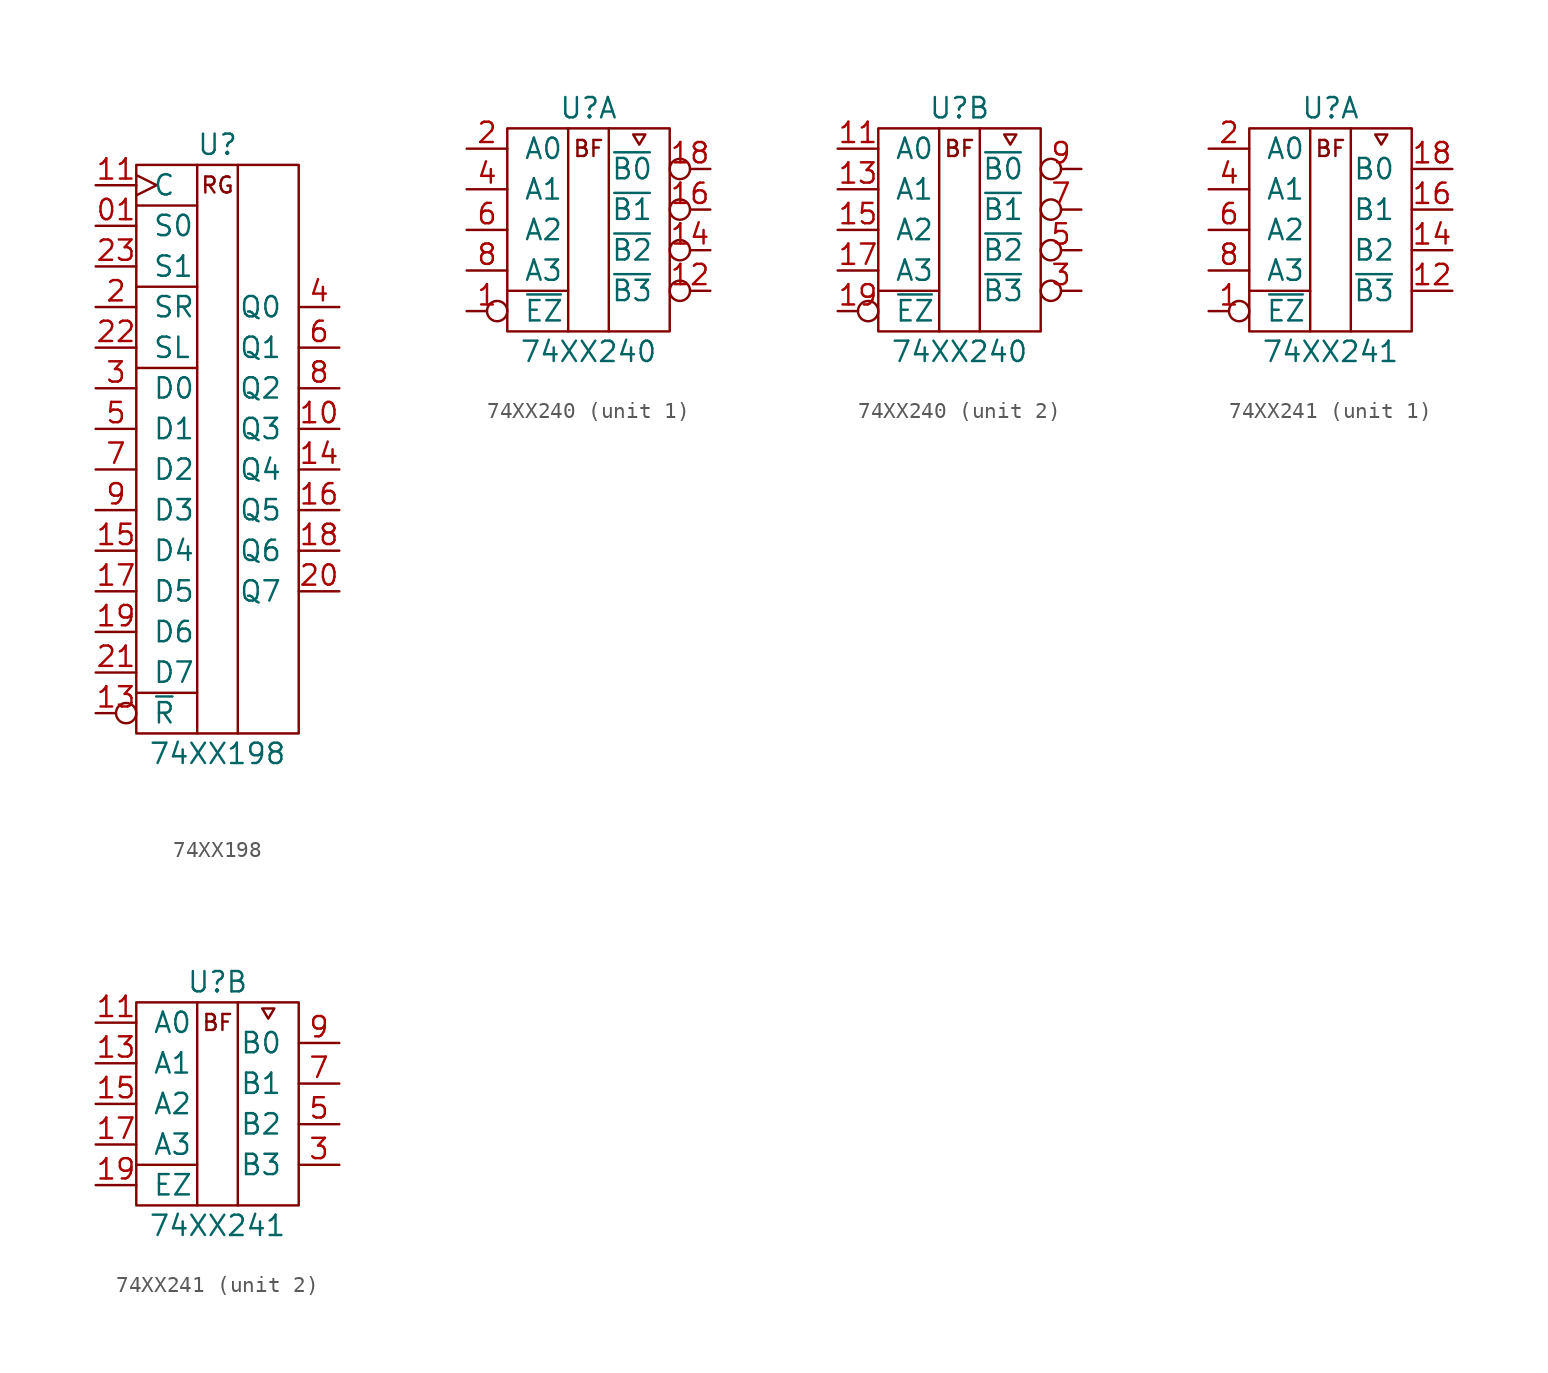
<source format=kicad_sym>
(kicad_symbol_lib
  (version 20211014)
  (generator kicad_symbol_editor)
  (symbol "74XX198"
    (pin_names
      (offset 1.016))
    (property "Reference" "U"
      (at 0 19.05 0)
      (effects (font (size 1.27 1.27))))
    (property "Value" "74XX198"
      (at 0 -19.05 0)
      (effects (font (size 1.27 1.27))))
    (symbol "74XX198_0_0"
      (rectangle (start -5.08 17.78) (end 5.08 -17.78) (stroke (width 0) (type default) (color 0 0 0 0)) (fill (type none)))
      (polyline (pts (xy -5.08 -15.24) (xy -1.27 -15.24)) (stroke (width 0) (type default) (color 0 0 0 0)) (fill (type none)))
      (polyline (pts (xy -5.08 5.08) (xy -1.27 5.08)) (stroke (width 0) (type default) (color 0 0 0 0)) (fill (type none)))
      (polyline (pts (xy -5.08 10.16) (xy -1.27 10.16)) (stroke (width 0) (type default) (color 0 0 0 0)) (fill (type none)))
      (polyline (pts (xy -5.08 15.24) (xy -1.27 15.24)) (stroke (width 0) (type default) (color 0 0 0 0)) (fill (type none)))
      (polyline (pts (xy -1.27 17.78) (xy -1.27 -17.78)) (stroke (width 0) (type default) (color 0 0 0 0)) (fill (type none)))
      (polyline (pts (xy 1.27 -17.78) (xy 1.27 17.78)) (stroke (width 0) (type default) (color 0 0 0 0)) (fill (type none)))
      (text "RG" (at 0 16.51 0) (effects (font (size 1 1)))))
    (symbol "74XX198_1_1"
      (pin input line (at -7.62 13.97 0) (length 2.54) (name "S0" (effects (font (size 1.27 1.27)))) (number "01" (effects (font (size 1.27 1.27)))))
      (pin output line (at 7.62 1.27 180) (length 2.54) (name "Q3" (effects (font (size 1.27 1.27)))) (number "10" (effects (font (size 1.27 1.27)))))
      (pin input clock (at -7.62 16.51 0) (length 2.54) (name "C" (effects (font (size 1.27 1.27)))) (number "11" (effects (font (size 1.27 1.27)))))
      (pin power_in line (at 5.08 -17.78 180) (length 0) hide (name "GND" (effects (font (size 1.27 1.27)))) (number "12" (effects (font (size 1.27 1.27)))))
      (pin input inverted (at -7.62 -16.51 0) (length 2.54) (name "~{R}" (effects (font (size 1.27 1.27)))) (number "13" (effects (font (size 1.27 1.27)))))
      (pin output line (at 7.62 -1.27 180) (length 2.54) (name "Q4" (effects (font (size 1.27 1.27)))) (number "14" (effects (font (size 1.27 1.27)))))
      (pin input line (at -7.62 -6.35 0) (length 2.54) (name "D4" (effects (font (size 1.27 1.27)))) (number "15" (effects (font (size 1.27 1.27)))))
      (pin output line (at 7.62 -3.81 180) (length 2.54) (name "Q5" (effects (font (size 1.27 1.27)))) (number "16" (effects (font (size 1.27 1.27)))))
      (pin input line (at -7.62 -8.89 0) (length 2.54) (name "D5" (effects (font (size 1.27 1.27)))) (number "17" (effects (font (size 1.27 1.27)))))
      (pin output line (at 7.62 -6.35 180) (length 2.54) (name "Q6" (effects (font (size 1.27 1.27)))) (number "18" (effects (font (size 1.27 1.27)))))
      (pin input line (at -7.62 -11.43 0) (length 2.54) (name "D6" (effects (font (size 1.27 1.27)))) (number "19" (effects (font (size 1.27 1.27)))))
      (pin input line (at -7.62 8.89 0) (length 2.54) (name "SR" (effects (font (size 1.27 1.27)))) (number "2" (effects (font (size 1.27 1.27)))))
      (pin output line (at 7.62 -8.89 180) (length 2.54) (name "Q7" (effects (font (size 1.27 1.27)))) (number "20" (effects (font (size 1.27 1.27)))))
      (pin input line (at -7.62 -13.97 0) (length 2.54) (name "D7" (effects (font (size 1.27 1.27)))) (number "21" (effects (font (size 1.27 1.27)))))
      (pin input line (at -7.62 6.35 0) (length 2.54) (name "SL" (effects (font (size 1.27 1.27)))) (number "22" (effects (font (size 1.27 1.27)))))
      (pin input line (at -7.62 11.43 0) (length 2.54) (name "S1" (effects (font (size 1.27 1.27)))) (number "23" (effects (font (size 1.27 1.27)))))
      (pin power_in line (at 5.08 17.78 180) (length 0) hide (name "VCC" (effects (font (size 1.27 1.27)))) (number "24" (effects (font (size 1.27 1.27)))))
      (pin input line (at -7.62 3.81 0) (length 2.54) (name "D0" (effects (font (size 1.27 1.27)))) (number "3" (effects (font (size 1.27 1.27)))))
      (pin output line (at 7.62 8.89 180) (length 2.54) (name "Q0" (effects (font (size 1.27 1.27)))) (number "4" (effects (font (size 1.27 1.27)))))
      (pin input line (at -7.62 1.27 0) (length 2.54) (name "D1" (effects (font (size 1.27 1.27)))) (number "5" (effects (font (size 1.27 1.27)))))
      (pin output line (at 7.62 6.35 180) (length 2.54) (name "Q1" (effects (font (size 1.27 1.27)))) (number "6" (effects (font (size 1.27 1.27)))))
      (pin input line (at -7.62 -1.27 0) (length 2.54) (name "D2" (effects (font (size 1.27 1.27)))) (number "7" (effects (font (size 1.27 1.27)))))
      (pin output line (at 7.62 3.81 180) (length 2.54) (name "Q2" (effects (font (size 1.27 1.27)))) (number "8" (effects (font (size 1.27 1.27)))))
      (pin input line (at -7.62 -3.81 0) (length 2.54) (name "D3" (effects (font (size 1.27 1.27)))) (number "9" (effects (font (size 1.27 1.27)))))))
  (symbol "74XX240"
    (pin_names
      (offset 1.016))
    (property "Reference" "U"
      (at 0 7.62 0)
      (effects (font (size 1.27 1.27))))
    (property "Value" "74XX240"
      (at 0 -7.62 0)
      (effects (font (size 1.27 1.27))))
    (symbol "74XX240_0_0"
      (text "BF" (at 0 5.08 0) (effects (font (size 1 1)))))
    (symbol "74XX240_0_1"
      (rectangle (start -5.08 -6.35) (end 5.08 6.35) (stroke (width 0) (type default) (color 0 0 0 0)) (fill (type none)))
      (polyline (pts (xy -5.08 -3.81) (xy -1.27 -3.81)) (stroke (width 0) (type default) (color 0 0 0 0)) (fill (type none)))
      (polyline (pts (xy -1.27 6.35) (xy -1.27 -6.35)) (stroke (width 0) (type default) (color 0 0 0 0)) (fill (type none)))
      (polyline (pts (xy 1.27 -6.35) (xy 1.27 6.35)) (stroke (width 0) (type default) (color 0 0 0 0)) (fill (type none)))
      (polyline (pts (xy 3.175 5.334) (xy 2.794 5.969) (xy 3.556 5.969) (xy 3.175 5.334)) (stroke (width 0) (type default) (color 0 0 0 0)) (fill (type none)))
      (pin power_in line (at 5.08 -6.35 180) (length 0) hide (name "GND" (effects (font (size 1.27 1.27)))) (number "10" (effects (font (size 1.27 1.27)))))
      (pin power_in line (at 5.08 6.35 180) (length 0) hide (name "VCC" (effects (font (size 1.27 1.27)))) (number "20" (effects (font (size 1.27 1.27))))))
    (symbol "74XX240_1_1"
      (pin input inverted (at -7.62 -5.08 0) (length 2.54) (name "~{EZ}" (effects (font (size 1.27 1.27)))) (number "1" (effects (font (size 1.27 1.27)))))
      (pin tri_state inverted (at 7.62 -3.81 180) (length 2.54) (name "~{B3}" (effects (font (size 1.27 1.27)))) (number "12" (effects (font (size 1.27 1.27)))))
      (pin tri_state inverted (at 7.62 -1.27 180) (length 2.54) (name "~{B2}" (effects (font (size 1.27 1.27)))) (number "14" (effects (font (size 1.27 1.27)))))
      (pin tri_state inverted (at 7.62 1.27 180) (length 2.54) (name "~{B1}" (effects (font (size 1.27 1.27)))) (number "16" (effects (font (size 1.27 1.27)))))
      (pin tri_state inverted (at 7.62 3.81 180) (length 2.54) (name "~{B0}" (effects (font (size 1.27 1.27)))) (number "18" (effects (font (size 1.27 1.27)))))
      (pin input line (at -7.62 5.08 0) (length 2.54) (name "A0" (effects (font (size 1.27 1.27)))) (number "2" (effects (font (size 1.27 1.27)))))
      (pin input line (at -7.62 2.54 0) (length 2.54) (name "A1" (effects (font (size 1.27 1.27)))) (number "4" (effects (font (size 1.27 1.27)))))
      (pin input line (at -7.62 0 0) (length 2.54) (name "A2" (effects (font (size 1.27 1.27)))) (number "6" (effects (font (size 1.27 1.27)))))
      (pin input line (at -7.62 -2.54 0) (length 2.54) (name "A3" (effects (font (size 1.27 1.27)))) (number "8" (effects (font (size 1.27 1.27))))))
    (symbol "74XX240_2_1"
      (pin input line (at -7.62 5.08 0) (length 2.54) (name "A0" (effects (font (size 1.27 1.27)))) (number "11" (effects (font (size 1.27 1.27)))))
      (pin input line (at -7.62 2.54 0) (length 2.54) (name "A1" (effects (font (size 1.27 1.27)))) (number "13" (effects (font (size 1.27 1.27)))))
      (pin input line (at -7.62 0 0) (length 2.54) (name "A2" (effects (font (size 1.27 1.27)))) (number "15" (effects (font (size 1.27 1.27)))))
      (pin input line (at -7.62 -2.54 0) (length 2.54) (name "A3" (effects (font (size 1.27 1.27)))) (number "17" (effects (font (size 1.27 1.27)))))
      (pin input inverted (at -7.62 -5.08 0) (length 2.54) (name "~{EZ}" (effects (font (size 1.27 1.27)))) (number "19" (effects (font (size 1.27 1.27)))))
      (pin tri_state inverted (at 7.62 -3.81 180) (length 2.54) (name "~{B3}" (effects (font (size 1.27 1.27)))) (number "3" (effects (font (size 1.27 1.27)))))
      (pin tri_state inverted (at 7.62 -1.27 180) (length 2.54) (name "~{B2}" (effects (font (size 1.27 1.27)))) (number "5" (effects (font (size 1.27 1.27)))))
      (pin tri_state inverted (at 7.62 1.27 180) (length 2.54) (name "~{B1}" (effects (font (size 1.27 1.27)))) (number "7" (effects (font (size 1.27 1.27)))))
      (pin tri_state inverted (at 7.62 3.81 180) (length 2.54) (name "~{B0}" (effects (font (size 1.27 1.27)))) (number "9" (effects (font (size 1.27 1.27)))))))
  (symbol "74XX241"
    (pin_names
      (offset 1.016))
    (property "Reference" "U"
      (at 0 7.62 0)
      (effects (font (size 1.27 1.27))))
    (property "Value" "74XX241"
      (at 0 -7.62 0)
      (effects (font (size 1.27 1.27))))
    (property "ki_locked" ""
      (at 0 0 0)
      (effects (font (size 1.27 1.27))))
    (symbol "74XX241_0_0"
      (text "BF" (at 0 5.08 0) (effects (font (size 1 1)))))
    (symbol "74XX241_0_1"
      (rectangle (start -5.08 -6.35) (end 5.08 6.35) (stroke (width 0) (type default) (color 0 0 0 0)) (fill (type none)))
      (polyline (pts (xy -5.08 -3.81) (xy -1.27 -3.81)) (stroke (width 0) (type default) (color 0 0 0 0)) (fill (type none)))
      (polyline (pts (xy -1.27 6.35) (xy -1.27 -6.35)) (stroke (width 0) (type default) (color 0 0 0 0)) (fill (type none)))
      (polyline (pts (xy 1.27 -6.35) (xy 1.27 6.35)) (stroke (width 0) (type default) (color 0 0 0 0)) (fill (type none)))
      (polyline (pts (xy 3.175 5.334) (xy 2.794 5.969) (xy 3.556 5.969) (xy 3.175 5.334)) (stroke (width 0) (type default) (color 0 0 0 0)) (fill (type none)))
      (pin power_in line (at 5.08 -6.35 180) (length 0) hide (name "GND" (effects (font (size 1.27 1.27)))) (number "10" (effects (font (size 1.27 1.27)))))
      (pin power_in line (at 5.08 6.35 180) (length 0) hide (name "VCC" (effects (font (size 1.27 1.27)))) (number "20" (effects (font (size 1.27 1.27))))))
    (symbol "74XX241_1_1"
      (pin input inverted (at -7.62 -5.08 0) (length 2.54) (name "~{EZ}" (effects (font (size 1.27 1.27)))) (number "1" (effects (font (size 1.27 1.27)))))
      (pin tri_state line (at 7.62 -3.81 180) (length 2.54) (name "~{B3}" (effects (font (size 1.27 1.27)))) (number "12" (effects (font (size 1.27 1.27)))))
      (pin tri_state line (at 7.62 -1.27 180) (length 2.54) (name "B2" (effects (font (size 1.27 1.27)))) (number "14" (effects (font (size 1.27 1.27)))))
      (pin tri_state line (at 7.62 1.27 180) (length 2.54) (name "B1" (effects (font (size 1.27 1.27)))) (number "16" (effects (font (size 1.27 1.27)))))
      (pin tri_state line (at 7.62 3.81 180) (length 2.54) (name "B0" (effects (font (size 1.27 1.27)))) (number "18" (effects (font (size 1.27 1.27)))))
      (pin input line (at -7.62 5.08 0) (length 2.54) (name "A0" (effects (font (size 1.27 1.27)))) (number "2" (effects (font (size 1.27 1.27)))))
      (pin input line (at -7.62 2.54 0) (length 2.54) (name "A1" (effects (font (size 1.27 1.27)))) (number "4" (effects (font (size 1.27 1.27)))))
      (pin input line (at -7.62 0 0) (length 2.54) (name "A2" (effects (font (size 1.27 1.27)))) (number "6" (effects (font (size 1.27 1.27)))))
      (pin input line (at -7.62 -2.54 0) (length 2.54) (name "A3" (effects (font (size 1.27 1.27)))) (number "8" (effects (font (size 1.27 1.27))))))
    (symbol "74XX241_2_1"
      (pin input line (at -7.62 5.08 0) (length 2.54) (name "A0" (effects (font (size 1.27 1.27)))) (number "11" (effects (font (size 1.27 1.27)))))
      (pin input line (at -7.62 2.54 0) (length 2.54) (name "A1" (effects (font (size 1.27 1.27)))) (number "13" (effects (font (size 1.27 1.27)))))
      (pin input line (at -7.62 0 0) (length 2.54) (name "A2" (effects (font (size 1.27 1.27)))) (number "15" (effects (font (size 1.27 1.27)))))
      (pin input line (at -7.62 -2.54 0) (length 2.54) (name "A3" (effects (font (size 1.27 1.27)))) (number "17" (effects (font (size 1.27 1.27)))))
      (pin input line (at -7.62 -5.08 0) (length 2.54) (name "EZ" (effects (font (size 1.27 1.27)))) (number "19" (effects (font (size 1.27 1.27)))))
      (pin tri_state line (at 7.62 -3.81 180) (length 2.54) (name "B3" (effects (font (size 1.27 1.27)))) (number "3" (effects (font (size 1.27 1.27)))))
      (pin tri_state line (at 7.62 -1.27 180) (length 2.54) (name "B2" (effects (font (size 1.27 1.27)))) (number "5" (effects (font (size 1.27 1.27)))))
      (pin tri_state line (at 7.62 1.27 180) (length 2.54) (name "B1" (effects (font (size 1.27 1.27)))) (number "7" (effects (font (size 1.27 1.27)))))
      (pin tri_state line (at 7.62 3.81 180) (length 2.54) (name "B0" (effects (font (size 1.27 1.27)))) (number "9" (effects (font (size 1.27 1.27))))))))
</source>
